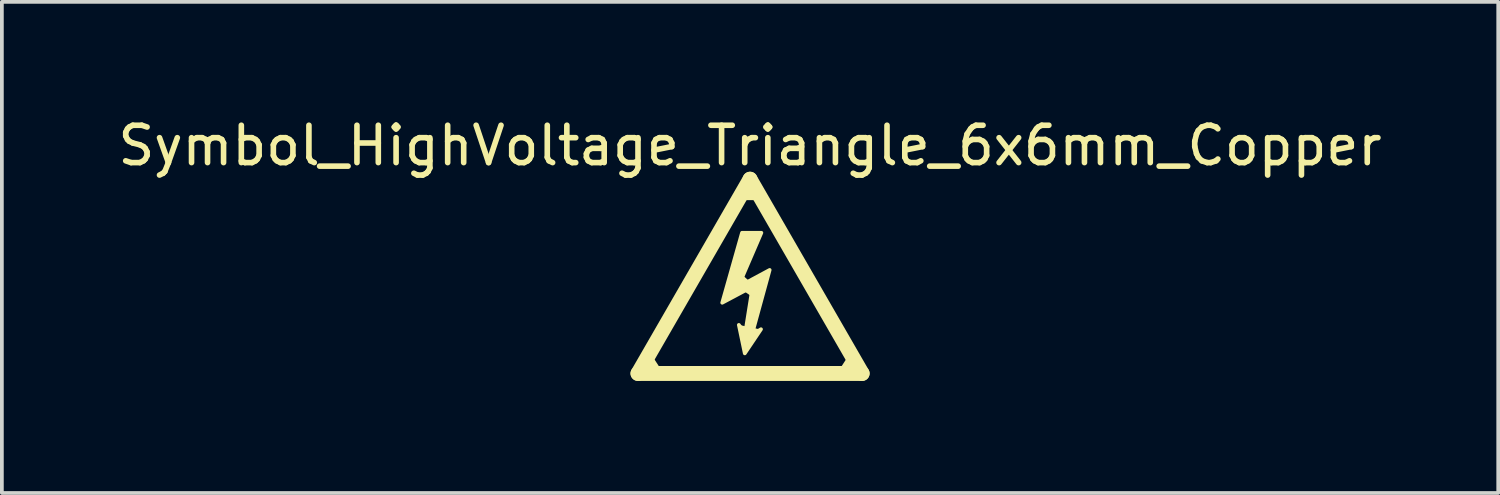
<source format=kicad_pcb>
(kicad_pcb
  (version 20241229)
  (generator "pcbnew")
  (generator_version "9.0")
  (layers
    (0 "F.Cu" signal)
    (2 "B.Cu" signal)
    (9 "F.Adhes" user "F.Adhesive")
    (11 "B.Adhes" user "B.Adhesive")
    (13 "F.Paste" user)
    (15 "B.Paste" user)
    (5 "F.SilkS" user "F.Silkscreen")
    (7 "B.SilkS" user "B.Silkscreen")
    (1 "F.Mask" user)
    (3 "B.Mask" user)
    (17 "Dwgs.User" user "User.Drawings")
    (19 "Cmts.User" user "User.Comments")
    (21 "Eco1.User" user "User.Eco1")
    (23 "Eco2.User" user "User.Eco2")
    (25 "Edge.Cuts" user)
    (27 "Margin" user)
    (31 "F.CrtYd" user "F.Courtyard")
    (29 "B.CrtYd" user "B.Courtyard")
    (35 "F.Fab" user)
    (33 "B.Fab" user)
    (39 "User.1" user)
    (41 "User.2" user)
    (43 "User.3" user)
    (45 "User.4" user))
  (footprint "Symbol_HighVoltage_Triangle_6x6mm_Copper"
    (layer "F.Cu")
    (at 17.03 4.348)
    (property "Reference" "Symbol_HighVoltage_Triangle_6x6mm_Copper" (at 0 -3.5 0) (layer "F.SilkS") (effects (font (size 1 1) (thickness 0.15))))
    (attr board_only exclude_from_pos_files exclude_from_bom)
    (fp_line (start -3 2.6) (end 0 -2.6) (stroke (width 0.4) (type solid)) (layer "F.SilkS"))
    (fp_line (start -2.457 2.565) (end -2.723 2.155) (stroke (width 0.2) (type solid)) (layer "F.SilkS"))
    (fp_line (start -0.28 0.03) (end -0.08 0.21) (stroke (width 0.2) (type solid)) (layer "F.SilkS"))
    (fp_line (start -0.26 1.36) (end 0.21 1.46) (stroke (width 0.102) (type solid)) (layer "F.SilkS"))
    (fp_line (start -0.135 0.295) (end 0.115 0.465) (stroke (width 0.2) (type solid)) (layer "F.SilkS"))
    (fp_line (start -0.125 -2.14) (end 0.125 -2.14) (stroke (width 0.2) (type solid)) (layer "F.SilkS"))
    (fp_line (start 0 -2.6) (end 3 2.6) (stroke (width 0.4) (type solid)) (layer "F.SilkS"))
    (fp_line (start 2.467 2.565) (end 2.733 2.155) (stroke (width 0.2) (type solid)) (layer "F.SilkS"))
    (fp_line (start 3 2.6) (end -3 2.6) (stroke (width 0.4) (type solid)) (layer "F.SilkS"))
    (fp_poly (pts (xy -0.321 0.284) (xy 0.525 -0.171) (xy 0.049 1.565) (xy 0.293 1.416) (xy -0.141 2.062) (xy -0.3 1.3) (xy -0.131 1.533) (xy 0.07 0.273) (xy -0.745 0.707) (xy -0.215 -1.166) (xy 0.303 -1.166)) (stroke (width 0.1) (type solid)) (fill yes) (layer "F.SilkS")))
  (gr_rect
    (start -3 -3)
    (end 37.06 10.148)
    (stroke (width 0.1) (type default))
    (fill no)
    (layer "Edge.Cuts")))
</source>
